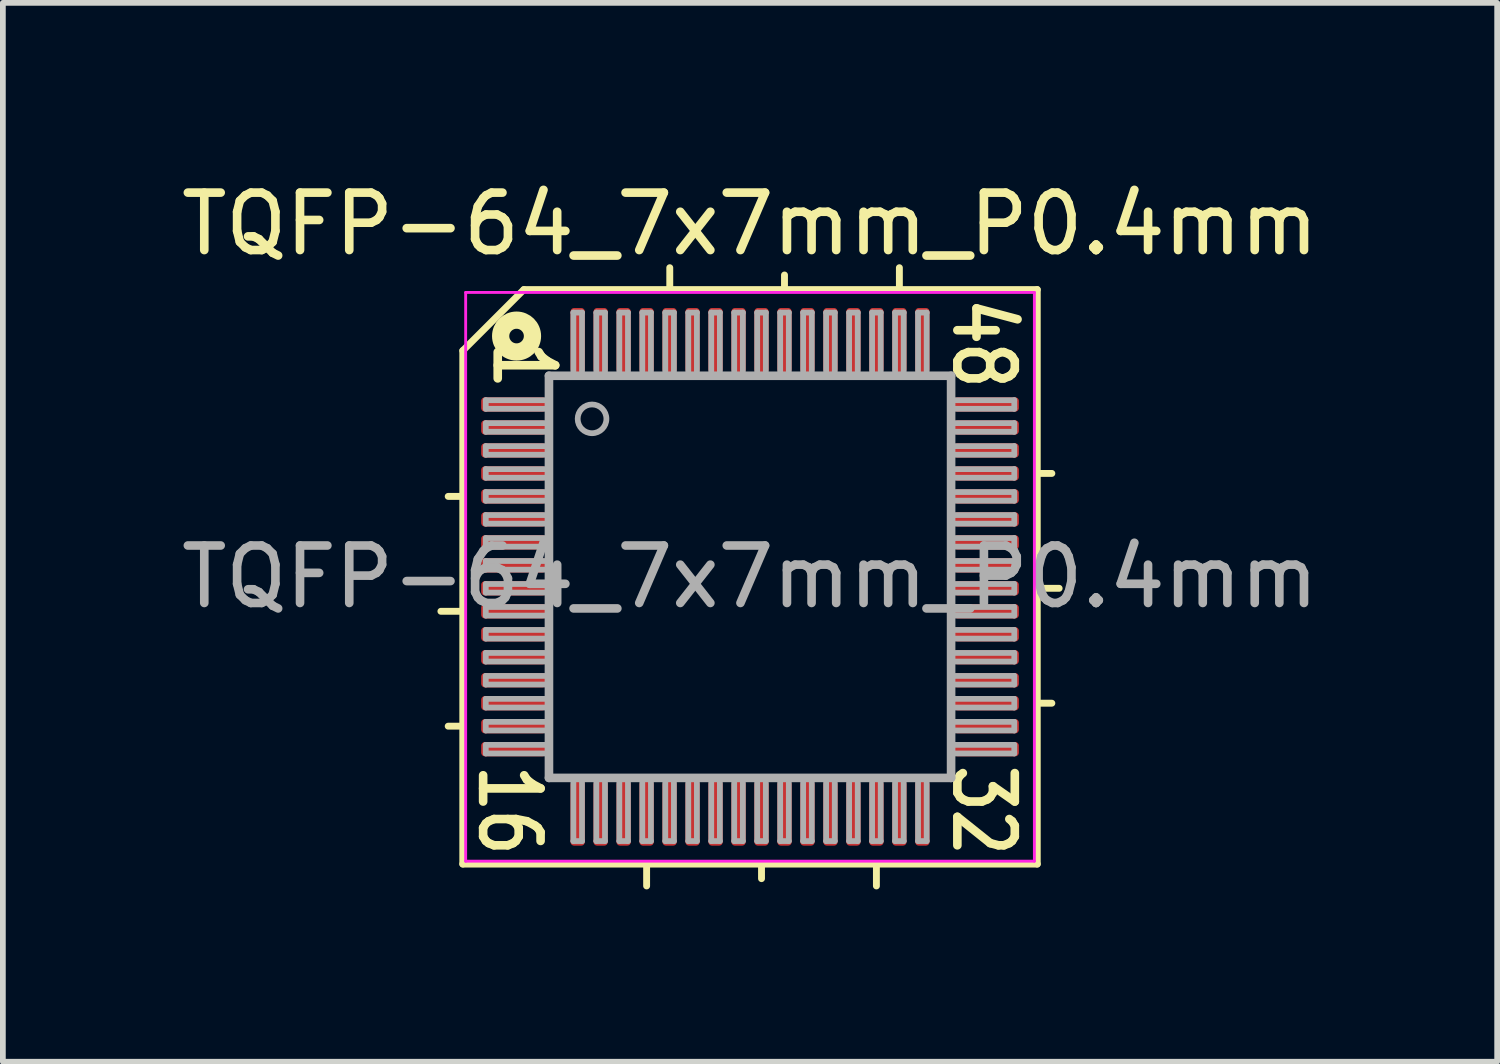
<source format=kicad_pcb>
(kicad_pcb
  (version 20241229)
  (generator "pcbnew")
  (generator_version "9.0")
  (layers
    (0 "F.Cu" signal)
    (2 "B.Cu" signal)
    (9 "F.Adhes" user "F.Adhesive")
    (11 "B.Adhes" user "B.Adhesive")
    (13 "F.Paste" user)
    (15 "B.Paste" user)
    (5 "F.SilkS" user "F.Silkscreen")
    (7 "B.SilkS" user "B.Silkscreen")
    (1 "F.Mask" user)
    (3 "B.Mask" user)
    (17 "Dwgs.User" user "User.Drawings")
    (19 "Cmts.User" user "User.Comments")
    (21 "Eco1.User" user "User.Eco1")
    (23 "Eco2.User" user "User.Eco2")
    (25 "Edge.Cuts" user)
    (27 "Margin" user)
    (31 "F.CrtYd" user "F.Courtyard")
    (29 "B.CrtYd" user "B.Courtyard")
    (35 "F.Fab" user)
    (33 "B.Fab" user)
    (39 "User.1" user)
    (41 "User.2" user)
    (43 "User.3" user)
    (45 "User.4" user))
  (footprint "TQFP-64_7x7mm_P0.4mm"
    (layer "F.Cu")
    (at 10.006 6.991)
    (property "Reference" "TQFP-64_7x7mm_P0.4mm" (at 0 -6.143 0) (layer "F.SilkS") (effects (font (size 1 1) (thickness 0.15))))
    (attr smd)
    (fp_line (start -5 -3.937) (end -5 5) (stroke (width 0.12) (type solid)) (layer "F.SilkS"))
    (fp_line (start -5 -1.4) (end -5.254 -1.4) (stroke (width 0.12) (type solid)) (layer "F.SilkS"))
    (fp_line (start -5 0.6) (end -5.381 0.6) (stroke (width 0.12) (type solid)) (layer "F.SilkS"))
    (fp_line (start -5 2.6) (end -5.254 2.6) (stroke (width 0.12) (type solid)) (layer "F.SilkS"))
    (fp_line (start -5 5) (end 5 5) (stroke (width 0.12) (type solid)) (layer "F.SilkS"))
    (fp_line (start -3.937 -5) (end -5 -3.937) (stroke (width 0.12) (type solid)) (layer "F.SilkS"))
    (fp_line (start -1.8 5.381) (end -1.8 5) (stroke (width 0.12) (type solid)) (layer "F.SilkS"))
    (fp_line (start -1.397 -5) (end -1.397 -5.381) (stroke (width 0.12) (type solid)) (layer "F.SilkS"))
    (fp_line (start 0.2 5) (end 0.2 5.254) (stroke (width 0.12) (type solid)) (layer "F.SilkS"))
    (fp_line (start 0.6 -5) (end 0.6 -5.254) (stroke (width 0.12) (type solid)) (layer "F.SilkS"))
    (fp_line (start 2.2 5) (end 2.2 5.381) (stroke (width 0.12) (type solid)) (layer "F.SilkS"))
    (fp_line (start 2.6 -5) (end 2.6 -5.381) (stroke (width 0.12) (type solid)) (layer "F.SilkS"))
    (fp_line (start 5 -5) (end -3.937 -5) (stroke (width 0.12) (type solid)) (layer "F.SilkS"))
    (fp_line (start 5 -1.8) (end 5.254 -1.8) (stroke (width 0.12) (type solid)) (layer "F.SilkS"))
    (fp_line (start 5 0.2) (end 5.381 0.2) (stroke (width 0.12) (type solid)) (layer "F.SilkS"))
    (fp_line (start 5 2.2) (end 5.254 2.2) (stroke (width 0.12) (type solid)) (layer "F.SilkS"))
    (fp_line (start 5 5) (end 5 -5) (stroke (width 0.12) (type solid)) (layer "F.SilkS"))
    (fp_circle (center -4.064 -4.191) (end -3.937 -4.191) (stroke (width 0.3) (type solid)) (fill no) (layer "F.SilkS"))
    (fp_line (start -4.95 -4.95) (end -4.95 4.95) (stroke (width 0.05) (type solid)) (layer "F.CrtYd"))
    (fp_line (start -4.95 -4.95) (end 4.95 -4.95) (stroke (width 0.05) (type solid)) (layer "F.CrtYd"))
    (fp_line (start -4.95 4.95) (end 4.95 4.95) (stroke (width 0.05) (type solid)) (layer "F.CrtYd"))
    (fp_line (start 4.95 -4.95) (end 4.95 4.95) (stroke (width 0.05) (type solid)) (layer "F.CrtYd"))
    (fp_line (start -4.6 -3.075) (end -4.6 -2.925) (stroke (width 0.1) (type solid)) (layer "F.Fab"))
    (fp_line (start -4.6 -3.075) (end -3.5 -3.075) (stroke (width 0.1) (type solid)) (layer "F.Fab"))
    (fp_line (start -4.6 -2.925) (end -3.5 -2.925) (stroke (width 0.1) (type solid)) (layer "F.Fab"))
    (fp_line (start -4.6 -2.675) (end -4.6 -2.525) (stroke (width 0.1) (type solid)) (layer "F.Fab"))
    (fp_line (start -4.6 -2.675) (end -3.5 -2.675) (stroke (width 0.1) (type solid)) (layer "F.Fab"))
    (fp_line (start -4.6 -2.525) (end -3.5 -2.525) (stroke (width 0.1) (type solid)) (layer "F.Fab"))
    (fp_line (start -4.6 -2.275) (end -4.6 -2.125) (stroke (width 0.1) (type solid)) (layer "F.Fab"))
    (fp_line (start -4.6 -2.275) (end -3.5 -2.275) (stroke (width 0.1) (type solid)) (layer "F.Fab"))
    (fp_line (start -4.6 -2.125) (end -3.5 -2.125) (stroke (width 0.1) (type solid)) (layer "F.Fab"))
    (fp_line (start -4.6 -1.875) (end -4.6 -1.725) (stroke (width 0.1) (type solid)) (layer "F.Fab"))
    (fp_line (start -4.6 -1.875) (end -3.5 -1.875) (stroke (width 0.1) (type solid)) (layer "F.Fab"))
    (fp_line (start -4.6 -1.725) (end -3.5 -1.725) (stroke (width 0.1) (type solid)) (layer "F.Fab"))
    (fp_line (start -4.6 -1.475) (end -4.6 -1.325) (stroke (width 0.1) (type solid)) (layer "F.Fab"))
    (fp_line (start -4.6 -1.475) (end -3.5 -1.475) (stroke (width 0.1) (type solid)) (layer "F.Fab"))
    (fp_line (start -4.6 -1.325) (end -3.5 -1.325) (stroke (width 0.1) (type solid)) (layer "F.Fab"))
    (fp_line (start -4.6 -1.075) (end -4.6 -0.925) (stroke (width 0.1) (type solid)) (layer "F.Fab"))
    (fp_line (start -4.6 -1.075) (end -3.5 -1.075) (stroke (width 0.1) (type solid)) (layer "F.Fab"))
    (fp_line (start -4.6 -0.925) (end -3.5 -0.925) (stroke (width 0.1) (type solid)) (layer "F.Fab"))
    (fp_line (start -4.6 -0.675) (end -4.6 -0.525) (stroke (width 0.1) (type solid)) (layer "F.Fab"))
    (fp_line (start -4.6 -0.675) (end -3.5 -0.675) (stroke (width 0.1) (type solid)) (layer "F.Fab"))
    (fp_line (start -4.6 -0.525) (end -3.5 -0.525) (stroke (width 0.1) (type solid)) (layer "F.Fab"))
    (fp_line (start -4.6 -0.275) (end -4.6 -0.125) (stroke (width 0.1) (type solid)) (layer "F.Fab"))
    (fp_line (start -4.6 -0.275) (end -3.5 -0.275) (stroke (width 0.1) (type solid)) (layer "F.Fab"))
    (fp_line (start -4.6 -0.125) (end -3.5 -0.125) (stroke (width 0.1) (type solid)) (layer "F.Fab"))
    (fp_line (start -4.6 0.125) (end -4.6 0.275) (stroke (width 0.1) (type solid)) (layer "F.Fab"))
    (fp_line (start -4.6 0.125) (end -3.5 0.125) (stroke (width 0.1) (type solid)) (layer "F.Fab"))
    (fp_line (start -4.6 0.275) (end -3.5 0.275) (stroke (width 0.1) (type solid)) (layer "F.Fab"))
    (fp_line (start -4.6 0.525) (end -4.6 0.675) (stroke (width 0.1) (type solid)) (layer "F.Fab"))
    (fp_line (start -4.6 0.525) (end -3.5 0.525) (stroke (width 0.1) (type solid)) (layer "F.Fab"))
    (fp_line (start -4.6 0.675) (end -3.5 0.675) (stroke (width 0.1) (type solid)) (layer "F.Fab"))
    (fp_line (start -4.6 0.925) (end -4.6 1.075) (stroke (width 0.1) (type solid)) (layer "F.Fab"))
    (fp_line (start -4.6 0.925) (end -3.5 0.925) (stroke (width 0.1) (type solid)) (layer "F.Fab"))
    (fp_line (start -4.6 1.075) (end -3.5 1.075) (stroke (width 0.1) (type solid)) (layer "F.Fab"))
    (fp_line (start -4.6 1.325) (end -4.6 1.475) (stroke (width 0.1) (type solid)) (layer "F.Fab"))
    (fp_line (start -4.6 1.325) (end -3.5 1.325) (stroke (width 0.1) (type solid)) (layer "F.Fab"))
    (fp_line (start -4.6 1.475) (end -3.5 1.475) (stroke (width 0.1) (type solid)) (layer "F.Fab"))
    (fp_line (start -4.6 1.725) (end -4.6 1.875) (stroke (width 0.1) (type solid)) (layer "F.Fab"))
    (fp_line (start -4.6 1.725) (end -3.5 1.725) (stroke (width 0.1) (type solid)) (layer "F.Fab"))
    (fp_line (start -4.6 1.875) (end -3.5 1.875) (stroke (width 0.1) (type solid)) (layer "F.Fab"))
    (fp_line (start -4.6 2.125) (end -4.6 2.275) (stroke (width 0.1) (type solid)) (layer "F.Fab"))
    (fp_line (start -4.6 2.125) (end -3.5 2.125) (stroke (width 0.1) (type solid)) (layer "F.Fab"))
    (fp_line (start -4.6 2.275) (end -3.5 2.275) (stroke (width 0.1) (type solid)) (layer "F.Fab"))
    (fp_line (start -4.6 2.525) (end -4.6 2.675) (stroke (width 0.1) (type solid)) (layer "F.Fab"))
    (fp_line (start -4.6 2.525) (end -3.5 2.525) (stroke (width 0.1) (type solid)) (layer "F.Fab"))
    (fp_line (start -4.6 2.675) (end -3.5 2.675) (stroke (width 0.1) (type solid)) (layer "F.Fab"))
    (fp_line (start -4.6 2.925) (end -4.6 3.075) (stroke (width 0.1) (type solid)) (layer "F.Fab"))
    (fp_line (start -4.6 2.925) (end -3.5 2.925) (stroke (width 0.1) (type solid)) (layer "F.Fab"))
    (fp_line (start -4.6 3.075) (end -3.5 3.075) (stroke (width 0.1) (type solid)) (layer "F.Fab"))
    (fp_line (start -3.5 -3.5) (end 3.5 -3.5) (stroke (width 0.15) (type solid)) (layer "F.Fab"))
    (fp_line (start -3.5 3.5) (end -3.5 -3.5) (stroke (width 0.15) (type solid)) (layer "F.Fab"))
    (fp_line (start -3.075 -4.6) (end -3.075 -3.5) (stroke (width 0.1) (type solid)) (layer "F.Fab"))
    (fp_line (start -3.075 4.6) (end -3.075 3.5) (stroke (width 0.1) (type solid)) (layer "F.Fab"))
    (fp_line (start -3.075 4.6) (end -2.925 4.6) (stroke (width 0.1) (type solid)) (layer "F.Fab"))
    (fp_line (start -2.925 -4.6) (end -3.075 -4.6) (stroke (width 0.1) (type solid)) (layer "F.Fab"))
    (fp_line (start -2.925 -4.6) (end -2.925 -3.5) (stroke (width 0.1) (type solid)) (layer "F.Fab"))
    (fp_line (start -2.925 4.6) (end -2.925 3.5) (stroke (width 0.1) (type solid)) (layer "F.Fab"))
    (fp_line (start -2.675 -4.6) (end -2.675 -3.5) (stroke (width 0.1) (type solid)) (layer "F.Fab"))
    (fp_line (start -2.675 4.6) (end -2.675 3.5) (stroke (width 0.1) (type solid)) (layer "F.Fab"))
    (fp_line (start -2.675 4.6) (end -2.525 4.6) (stroke (width 0.1) (type solid)) (layer "F.Fab"))
    (fp_line (start -2.525 -4.6) (end -2.675 -4.6) (stroke (width 0.1) (type solid)) (layer "F.Fab"))
    (fp_line (start -2.525 -4.6) (end -2.525 -3.5) (stroke (width 0.1) (type solid)) (layer "F.Fab"))
    (fp_line (start -2.525 4.6) (end -2.525 3.5) (stroke (width 0.1) (type solid)) (layer "F.Fab"))
    (fp_line (start -2.275 -4.6) (end -2.275 -3.5) (stroke (width 0.1) (type solid)) (layer "F.Fab"))
    (fp_line (start -2.275 4.6) (end -2.275 3.5) (stroke (width 0.1) (type solid)) (layer "F.Fab"))
    (fp_line (start -2.275 4.6) (end -2.125 4.6) (stroke (width 0.1) (type solid)) (layer "F.Fab"))
    (fp_line (start -2.125 -4.6) (end -2.275 -4.6) (stroke (width 0.1) (type solid)) (layer "F.Fab"))
    (fp_line (start -2.125 -4.6) (end -2.125 -3.5) (stroke (width 0.1) (type solid)) (layer "F.Fab"))
    (fp_line (start -2.125 4.6) (end -2.125 3.5) (stroke (width 0.1) (type solid)) (layer "F.Fab"))
    (fp_line (start -1.875 -4.6) (end -1.875 -3.5) (stroke (width 0.1) (type solid)) (layer "F.Fab"))
    (fp_line (start -1.875 4.6) (end -1.875 3.5) (stroke (width 0.1) (type solid)) (layer "F.Fab"))
    (fp_line (start -1.875 4.6) (end -1.725 4.6) (stroke (width 0.1) (type solid)) (layer "F.Fab"))
    (fp_line (start -1.725 -4.6) (end -1.875 -4.6) (stroke (width 0.1) (type solid)) (layer "F.Fab"))
    (fp_line (start -1.725 -4.6) (end -1.725 -3.5) (stroke (width 0.1) (type solid)) (layer "F.Fab"))
    (fp_line (start -1.725 4.6) (end -1.725 3.5) (stroke (width 0.1) (type solid)) (layer "F.Fab"))
    (fp_line (start -1.475 -4.6) (end -1.475 -3.5) (stroke (width 0.1) (type solid)) (layer "F.Fab"))
    (fp_line (start -1.475 4.6) (end -1.475 3.5) (stroke (width 0.1) (type solid)) (layer "F.Fab"))
    (fp_line (start -1.475 4.6) (end -1.325 4.6) (stroke (width 0.1) (type solid)) (layer "F.Fab"))
    (fp_line (start -1.325 -4.6) (end -1.475 -4.6) (stroke (width 0.1) (type solid)) (layer "F.Fab"))
    (fp_line (start -1.325 -4.6) (end -1.325 -3.5) (stroke (width 0.1) (type solid)) (layer "F.Fab"))
    (fp_line (start -1.325 4.6) (end -1.325 3.5) (stroke (width 0.1) (type solid)) (layer "F.Fab"))
    (fp_line (start -1.075 -4.6) (end -1.075 -3.5) (stroke (width 0.1) (type solid)) (layer "F.Fab"))
    (fp_line (start -1.075 4.6) (end -1.075 3.5) (stroke (width 0.1) (type solid)) (layer "F.Fab"))
    (fp_line (start -1.075 4.6) (end -0.925 4.6) (stroke (width 0.1) (type solid)) (layer "F.Fab"))
    (fp_line (start -0.925 -4.6) (end -1.075 -4.6) (stroke (width 0.1) (type solid)) (layer "F.Fab"))
    (fp_line (start -0.925 -4.6) (end -0.925 -3.5) (stroke (width 0.1) (type solid)) (layer "F.Fab"))
    (fp_line (start -0.925 4.6) (end -0.925 3.5) (stroke (width 0.1) (type solid)) (layer "F.Fab"))
    (fp_line (start -0.675 -4.6) (end -0.675 -3.5) (stroke (width 0.1) (type solid)) (layer "F.Fab"))
    (fp_line (start -0.675 4.6) (end -0.675 3.5) (stroke (width 0.1) (type solid)) (layer "F.Fab"))
    (fp_line (start -0.675 4.6) (end -0.525 4.6) (stroke (width 0.1) (type solid)) (layer "F.Fab"))
    (fp_line (start -0.525 -4.6) (end -0.675 -4.6) (stroke (width 0.1) (type solid)) (layer "F.Fab"))
    (fp_line (start -0.525 -4.6) (end -0.525 -3.5) (stroke (width 0.1) (type solid)) (layer "F.Fab"))
    (fp_line (start -0.525 4.6) (end -0.525 3.5) (stroke (width 0.1) (type solid)) (layer "F.Fab"))
    (fp_line (start -0.275 -4.6) (end -0.275 -3.5) (stroke (width 0.1) (type solid)) (layer "F.Fab"))
    (fp_line (start -0.275 4.6) (end -0.275 3.5) (stroke (width 0.1) (type solid)) (layer "F.Fab"))
    (fp_line (start -0.275 4.6) (end -0.125 4.6) (stroke (width 0.1) (type solid)) (layer "F.Fab"))
    (fp_line (start -0.125 -4.6) (end -0.275 -4.6) (stroke (width 0.1) (type solid)) (layer "F.Fab"))
    (fp_line (start -0.125 -4.6) (end -0.125 -3.5) (stroke (width 0.1) (type solid)) (layer "F.Fab"))
    (fp_line (start -0.125 4.6) (end -0.125 3.5) (stroke (width 0.1) (type solid)) (layer "F.Fab"))
    (fp_line (start 0.125 -4.6) (end 0.125 -3.5) (stroke (width 0.1) (type solid)) (layer "F.Fab"))
    (fp_line (start 0.125 4.6) (end 0.125 3.5) (stroke (width 0.1) (type solid)) (layer "F.Fab"))
    (fp_line (start 0.125 4.6) (end 0.275 4.6) (stroke (width 0.1) (type solid)) (layer "F.Fab"))
    (fp_line (start 0.275 -4.6) (end 0.125 -4.6) (stroke (width 0.1) (type solid)) (layer "F.Fab"))
    (fp_line (start 0.275 -4.6) (end 0.275 -3.5) (stroke (width 0.1) (type solid)) (layer "F.Fab"))
    (fp_line (start 0.275 4.6) (end 0.275 3.5) (stroke (width 0.1) (type solid)) (layer "F.Fab"))
    (fp_line (start 0.525 -4.6) (end 0.525 -3.5) (stroke (width 0.1) (type solid)) (layer "F.Fab"))
    (fp_line (start 0.525 4.6) (end 0.525 3.5) (stroke (width 0.1) (type solid)) (layer "F.Fab"))
    (fp_line (start 0.525 4.6) (end 0.675 4.6) (stroke (width 0.1) (type solid)) (layer "F.Fab"))
    (fp_line (start 0.675 -4.6) (end 0.525 -4.6) (stroke (width 0.1) (type solid)) (layer "F.Fab"))
    (fp_line (start 0.675 -4.6) (end 0.675 -3.5) (stroke (width 0.1) (type solid)) (layer "F.Fab"))
    (fp_line (start 0.675 4.6) (end 0.675 3.5) (stroke (width 0.1) (type solid)) (layer "F.Fab"))
    (fp_line (start 0.925 -4.6) (end 0.925 -3.5) (stroke (width 0.1) (type solid)) (layer "F.Fab"))
    (fp_line (start 0.925 4.6) (end 0.925 3.5) (stroke (width 0.1) (type solid)) (layer "F.Fab"))
    (fp_line (start 0.925 4.6) (end 1.075 4.6) (stroke (width 0.1) (type solid)) (layer "F.Fab"))
    (fp_line (start 1.075 -4.6) (end 0.925 -4.6) (stroke (width 0.1) (type solid)) (layer "F.Fab"))
    (fp_line (start 1.075 -4.6) (end 1.075 -3.5) (stroke (width 0.1) (type solid)) (layer "F.Fab"))
    (fp_line (start 1.075 4.6) (end 1.075 3.5) (stroke (width 0.1) (type solid)) (layer "F.Fab"))
    (fp_line (start 1.325 -4.6) (end 1.325 -3.5) (stroke (width 0.1) (type solid)) (layer "F.Fab"))
    (fp_line (start 1.325 4.6) (end 1.325 3.5) (stroke (width 0.1) (type solid)) (layer "F.Fab"))
    (fp_line (start 1.325 4.6) (end 1.475 4.6) (stroke (width 0.1) (type solid)) (layer "F.Fab"))
    (fp_line (start 1.475 -4.6) (end 1.325 -4.6) (stroke (width 0.1) (type solid)) (layer "F.Fab"))
    (fp_line (start 1.475 -4.6) (end 1.475 -3.5) (stroke (width 0.1) (type solid)) (layer "F.Fab"))
    (fp_line (start 1.475 4.6) (end 1.475 3.5) (stroke (width 0.1) (type solid)) (layer "F.Fab"))
    (fp_line (start 1.725 -4.6) (end 1.725 -3.5) (stroke (width 0.1) (type solid)) (layer "F.Fab"))
    (fp_line (start 1.725 4.6) (end 1.725 3.5) (stroke (width 0.1) (type solid)) (layer "F.Fab"))
    (fp_line (start 1.725 4.6) (end 1.875 4.6) (stroke (width 0.1) (type solid)) (layer "F.Fab"))
    (fp_line (start 1.875 -4.6) (end 1.725 -4.6) (stroke (width 0.1) (type solid)) (layer "F.Fab"))
    (fp_line (start 1.875 -4.6) (end 1.875 -3.5) (stroke (width 0.1) (type solid)) (layer "F.Fab"))
    (fp_line (start 1.875 4.6) (end 1.875 3.5) (stroke (width 0.1) (type solid)) (layer "F.Fab"))
    (fp_line (start 2.125 -4.6) (end 2.125 -3.5) (stroke (width 0.1) (type solid)) (layer "F.Fab"))
    (fp_line (start 2.125 4.6) (end 2.125 3.5) (stroke (width 0.1) (type solid)) (layer "F.Fab"))
    (fp_line (start 2.125 4.6) (end 2.275 4.6) (stroke (width 0.1) (type solid)) (layer "F.Fab"))
    (fp_line (start 2.275 -4.6) (end 2.125 -4.6) (stroke (width 0.1) (type solid)) (layer "F.Fab"))
    (fp_line (start 2.275 -4.6) (end 2.275 -3.5) (stroke (width 0.1) (type solid)) (layer "F.Fab"))
    (fp_line (start 2.275 4.6) (end 2.275 3.5) (stroke (width 0.1) (type solid)) (layer "F.Fab"))
    (fp_line (start 2.525 -4.6) (end 2.525 -3.5) (stroke (width 0.1) (type solid)) (layer "F.Fab"))
    (fp_line (start 2.525 4.6) (end 2.525 3.5) (stroke (width 0.1) (type solid)) (layer "F.Fab"))
    (fp_line (start 2.525 4.6) (end 2.675 4.6) (stroke (width 0.1) (type solid)) (layer "F.Fab"))
    (fp_line (start 2.675 -4.6) (end 2.525 -4.6) (stroke (width 0.1) (type solid)) (layer "F.Fab"))
    (fp_line (start 2.675 -4.6) (end 2.675 -3.5) (stroke (width 0.1) (type solid)) (layer "F.Fab"))
    (fp_line (start 2.675 4.6) (end 2.675 3.5) (stroke (width 0.1) (type solid)) (layer "F.Fab"))
    (fp_line (start 2.925 -4.6) (end 2.925 -3.5) (stroke (width 0.1) (type solid)) (layer "F.Fab"))
    (fp_line (start 2.925 4.6) (end 2.925 3.5) (stroke (width 0.1) (type solid)) (layer "F.Fab"))
    (fp_line (start 2.925 4.6) (end 3.075 4.6) (stroke (width 0.1) (type solid)) (layer "F.Fab"))
    (fp_line (start 3.075 -4.6) (end 2.925 -4.6) (stroke (width 0.1) (type solid)) (layer "F.Fab"))
    (fp_line (start 3.075 -4.6) (end 3.075 -3.5) (stroke (width 0.1) (type solid)) (layer "F.Fab"))
    (fp_line (start 3.075 4.6) (end 3.075 3.5) (stroke (width 0.1) (type solid)) (layer "F.Fab"))
    (fp_line (start 3.5 -3.5) (end 3.5 3.5) (stroke (width 0.15) (type solid)) (layer "F.Fab"))
    (fp_line (start 3.5 3.5) (end -3.5 3.5) (stroke (width 0.15) (type solid)) (layer "F.Fab"))
    (fp_line (start 4.6 -3.075) (end 3.5 -3.075) (stroke (width 0.1) (type solid)) (layer "F.Fab"))
    (fp_line (start 4.6 -2.925) (end 3.5 -2.925) (stroke (width 0.1) (type solid)) (layer "F.Fab"))
    (fp_line (start 4.6 -2.925) (end 4.6 -3.075) (stroke (width 0.1) (type solid)) (layer "F.Fab"))
    (fp_line (start 4.6 -2.675) (end 3.5 -2.675) (stroke (width 0.1) (type solid)) (layer "F.Fab"))
    (fp_line (start 4.6 -2.525) (end 3.5 -2.525) (stroke (width 0.1) (type solid)) (layer "F.Fab"))
    (fp_line (start 4.6 -2.525) (end 4.6 -2.675) (stroke (width 0.1) (type solid)) (layer "F.Fab"))
    (fp_line (start 4.6 -2.275) (end 3.5 -2.275) (stroke (width 0.1) (type solid)) (layer "F.Fab"))
    (fp_line (start 4.6 -2.125) (end 3.5 -2.125) (stroke (width 0.1) (type solid)) (layer "F.Fab"))
    (fp_line (start 4.6 -2.125) (end 4.6 -2.275) (stroke (width 0.1) (type solid)) (layer "F.Fab"))
    (fp_line (start 4.6 -1.875) (end 3.5 -1.875) (stroke (width 0.1) (type solid)) (layer "F.Fab"))
    (fp_line (start 4.6 -1.725) (end 3.5 -1.725) (stroke (width 0.1) (type solid)) (layer "F.Fab"))
    (fp_line (start 4.6 -1.725) (end 4.6 -1.875) (stroke (width 0.1) (type solid)) (layer "F.Fab"))
    (fp_line (start 4.6 -1.475) (end 3.5 -1.475) (stroke (width 0.1) (type solid)) (layer "F.Fab"))
    (fp_line (start 4.6 -1.325) (end 3.5 -1.325) (stroke (width 0.1) (type solid)) (layer "F.Fab"))
    (fp_line (start 4.6 -1.325) (end 4.6 -1.475) (stroke (width 0.1) (type solid)) (layer "F.Fab"))
    (fp_line (start 4.6 -1.075) (end 3.5 -1.075) (stroke (width 0.1) (type solid)) (layer "F.Fab"))
    (fp_line (start 4.6 -0.925) (end 3.5 -0.925) (stroke (width 0.1) (type solid)) (layer "F.Fab"))
    (fp_line (start 4.6 -0.925) (end 4.6 -1.075) (stroke (width 0.1) (type solid)) (layer "F.Fab"))
    (fp_line (start 4.6 -0.675) (end 3.5 -0.675) (stroke (width 0.1) (type solid)) (layer "F.Fab"))
    (fp_line (start 4.6 -0.525) (end 3.5 -0.525) (stroke (width 0.1) (type solid)) (layer "F.Fab"))
    (fp_line (start 4.6 -0.525) (end 4.6 -0.675) (stroke (width 0.1) (type solid)) (layer "F.Fab"))
    (fp_line (start 4.6 -0.275) (end 3.5 -0.275) (stroke (width 0.1) (type solid)) (layer "F.Fab"))
    (fp_line (start 4.6 -0.125) (end 3.5 -0.125) (stroke (width 0.1) (type solid)) (layer "F.Fab"))
    (fp_line (start 4.6 -0.125) (end 4.6 -0.275) (stroke (width 0.1) (type solid)) (layer "F.Fab"))
    (fp_line (start 4.6 0.125) (end 3.5 0.125) (stroke (width 0.1) (type solid)) (layer "F.Fab"))
    (fp_line (start 4.6 0.275) (end 3.5 0.275) (stroke (width 0.1) (type solid)) (layer "F.Fab"))
    (fp_line (start 4.6 0.275) (end 4.6 0.125) (stroke (width 0.1) (type solid)) (layer "F.Fab"))
    (fp_line (start 4.6 0.525) (end 3.5 0.525) (stroke (width 0.1) (type solid)) (layer "F.Fab"))
    (fp_line (start 4.6 0.675) (end 3.5 0.675) (stroke (width 0.1) (type solid)) (layer "F.Fab"))
    (fp_line (start 4.6 0.675) (end 4.6 0.525) (stroke (width 0.1) (type solid)) (layer "F.Fab"))
    (fp_line (start 4.6 0.925) (end 3.5 0.925) (stroke (width 0.1) (type solid)) (layer "F.Fab"))
    (fp_line (start 4.6 1.075) (end 3.5 1.075) (stroke (width 0.1) (type solid)) (layer "F.Fab"))
    (fp_line (start 4.6 1.075) (end 4.6 0.925) (stroke (width 0.1) (type solid)) (layer "F.Fab"))
    (fp_line (start 4.6 1.325) (end 3.5 1.325) (stroke (width 0.1) (type solid)) (layer "F.Fab"))
    (fp_line (start 4.6 1.475) (end 3.5 1.475) (stroke (width 0.1) (type solid)) (layer "F.Fab"))
    (fp_line (start 4.6 1.475) (end 4.6 1.325) (stroke (width 0.1) (type solid)) (layer "F.Fab"))
    (fp_line (start 4.6 1.725) (end 3.5 1.725) (stroke (width 0.1) (type solid)) (layer "F.Fab"))
    (fp_line (start 4.6 1.875) (end 3.5 1.875) (stroke (width 0.1) (type solid)) (layer "F.Fab"))
    (fp_line (start 4.6 1.875) (end 4.6 1.725) (stroke (width 0.1) (type solid)) (layer "F.Fab"))
    (fp_line (start 4.6 2.125) (end 3.5 2.125) (stroke (width 0.1) (type solid)) (layer "F.Fab"))
    (fp_line (start 4.6 2.275) (end 3.5 2.275) (stroke (width 0.1) (type solid)) (layer "F.Fab"))
    (fp_line (start 4.6 2.275) (end 4.6 2.125) (stroke (width 0.1) (type solid)) (layer "F.Fab"))
    (fp_line (start 4.6 2.525) (end 3.5 2.525) (stroke (width 0.1) (type solid)) (layer "F.Fab"))
    (fp_line (start 4.6 2.675) (end 3.5 2.675) (stroke (width 0.1) (type solid)) (layer "F.Fab"))
    (fp_line (start 4.6 2.675) (end 4.6 2.525) (stroke (width 0.1) (type solid)) (layer "F.Fab"))
    (fp_line (start 4.6 2.925) (end 3.5 2.925) (stroke (width 0.1) (type solid)) (layer "F.Fab"))
    (fp_line (start 4.6 3.075) (end 3.5 3.075) (stroke (width 0.1) (type solid)) (layer "F.Fab"))
    (fp_line (start 4.6 3.075) (end 4.6 2.925) (stroke (width 0.1) (type solid)) (layer "F.Fab"))
    (fp_circle (center -2.75 -2.75) (end -2.5 -2.75) (stroke (width 0.1) (type solid)) (fill no) (layer "F.Fab"))
    (fp_text user "16" (at -4.191 4.064 270) (unlocked yes) (layer "F.SilkS") (effects (font (size 1 0.8) (thickness 0.15))))
    (fp_text user "32" (at 4.064 4.064 270) (unlocked yes) (layer "F.SilkS") (effects (font (size 1 0.8) (thickness 0.15))))
    (fp_text user "1" (at -3.937 -3.683 270) (unlocked yes) (layer "F.SilkS") (effects (font (size 1 0.8) (thickness 0.15))))
    (fp_text user "48" (at 4.064 -4.064 270) (unlocked yes) (layer "F.SilkS") (effects (font (size 1 0.8) (thickness 0.15))))
    (fp_text user "${REFERENCE}" (at 0 0 0) (layer "F.Fab") (effects (font (size 1 1) (thickness 0.15))))
    (pad "1" smd roundrect (at -4.115 -3) (size 1.13 0.25) (layers "F.Cu" "F.Mask" "F.Paste") (roundrect_rratio 0.25))
    (pad "2" smd roundrect (at -4.115 -2.6) (size 1.13 0.25) (layers "F.Cu" "F.Mask" "F.Paste") (roundrect_rratio 0.25))
    (pad "3" smd roundrect (at -4.115 -2.2) (size 1.13 0.25) (layers "F.Cu" "F.Mask" "F.Paste") (roundrect_rratio 0.25))
    (pad "4" smd roundrect (at -4.115 -1.8) (size 1.13 0.25) (layers "F.Cu" "F.Mask" "F.Paste") (roundrect_rratio 0.25))
    (pad "5" smd roundrect (at -4.115 -1.4) (size 1.13 0.25) (layers "F.Cu" "F.Mask" "F.Paste") (roundrect_rratio 0.25))
    (pad "6" smd roundrect (at -4.115 -1) (size 1.13 0.25) (layers "F.Cu" "F.Mask" "F.Paste") (roundrect_rratio 0.25))
    (pad "7" smd roundrect (at -4.115 -0.6) (size 1.13 0.25) (layers "F.Cu" "F.Mask" "F.Paste") (roundrect_rratio 0.25))
    (pad "8" smd roundrect (at -4.115 -0.2) (size 1.13 0.25) (layers "F.Cu" "F.Mask" "F.Paste") (roundrect_rratio 0.25))
    (pad "9" smd roundrect (at -4.115 0.2) (size 1.13 0.25) (layers "F.Cu" "F.Mask" "F.Paste") (roundrect_rratio 0.25))
    (pad "10" smd roundrect (at -4.115 0.6) (size 1.13 0.25) (layers "F.Cu" "F.Mask" "F.Paste") (roundrect_rratio 0.25))
    (pad "11" smd roundrect (at -4.115 1) (size 1.13 0.25) (layers "F.Cu" "F.Mask" "F.Paste") (roundrect_rratio 0.25))
    (pad "12" smd roundrect (at -4.115 1.4) (size 1.13 0.25) (layers "F.Cu" "F.Mask" "F.Paste") (roundrect_rratio 0.25))
    (pad "13" smd roundrect (at -4.115 1.8) (size 1.13 0.25) (layers "F.Cu" "F.Mask" "F.Paste") (roundrect_rratio 0.25))
    (pad "14" smd roundrect (at -4.115 2.2) (size 1.13 0.25) (layers "F.Cu" "F.Mask" "F.Paste") (roundrect_rratio 0.25))
    (pad "15" smd roundrect (at -4.115 2.6) (size 1.13 0.25) (layers "F.Cu" "F.Mask" "F.Paste") (roundrect_rratio 0.25))
    (pad "16" smd roundrect (at -4.115 3) (size 1.13 0.25) (layers "F.Cu" "F.Mask" "F.Paste") (roundrect_rratio 0.25))
    (pad "17" smd roundrect (at -3 4.115 90) (size 1.13 0.25) (layers "F.Cu" "F.Mask" "F.Paste") (roundrect_rratio 0.25))
    (pad "18" smd roundrect (at -2.6 4.115 90) (size 1.13 0.25) (layers "F.Cu" "F.Mask" "F.Paste") (roundrect_rratio 0.25))
    (pad "19" smd roundrect (at -2.2 4.115 90) (size 1.13 0.25) (layers "F.Cu" "F.Mask" "F.Paste") (roundrect_rratio 0.25))
    (pad "20" smd roundrect (at -1.8 4.115 90) (size 1.13 0.25) (layers "F.Cu" "F.Mask" "F.Paste") (roundrect_rratio 0.25))
    (pad "21" smd roundrect (at -1.4 4.115 90) (size 1.13 0.25) (layers "F.Cu" "F.Mask" "F.Paste") (roundrect_rratio 0.25))
    (pad "22" smd roundrect (at -1 4.115 90) (size 1.13 0.25) (layers "F.Cu" "F.Mask" "F.Paste") (roundrect_rratio 0.25))
    (pad "23" smd roundrect (at -0.6 4.115 90) (size 1.13 0.25) (layers "F.Cu" "F.Mask" "F.Paste") (roundrect_rratio 0.25))
    (pad "24" smd roundrect (at -0.2 4.115 90) (size 1.13 0.25) (layers "F.Cu" "F.Mask" "F.Paste") (roundrect_rratio 0.25))
    (pad "25" smd roundrect (at 0.2 4.115 90) (size 1.13 0.25) (layers "F.Cu" "F.Mask" "F.Paste") (roundrect_rratio 0.25))
    (pad "26" smd roundrect (at 0.6 4.115 90) (size 1.13 0.25) (layers "F.Cu" "F.Mask" "F.Paste") (roundrect_rratio 0.25))
    (pad "27" smd roundrect (at 1 4.115 90) (size 1.13 0.25) (layers "F.Cu" "F.Mask" "F.Paste") (roundrect_rratio 0.25))
    (pad "28" smd roundrect (at 1.4 4.115 90) (size 1.13 0.25) (layers "F.Cu" "F.Mask" "F.Paste") (roundrect_rratio 0.25))
    (pad "29" smd roundrect (at 1.8 4.115 90) (size 1.13 0.25) (layers "F.Cu" "F.Mask" "F.Paste") (roundrect_rratio 0.25))
    (pad "30" smd roundrect (at 2.2 4.115 90) (size 1.13 0.25) (layers "F.Cu" "F.Mask" "F.Paste") (roundrect_rratio 0.25))
    (pad "31" smd roundrect (at 2.6 4.115 90) (size 1.13 0.25) (layers "F.Cu" "F.Mask" "F.Paste") (roundrect_rratio 0.25))
    (pad "32" smd roundrect (at 3 4.115 90) (size 1.13 0.25) (layers "F.Cu" "F.Mask" "F.Paste") (roundrect_rratio 0.25))
    (pad "33" smd roundrect (at 4.115 3) (size 1.13 0.25) (layers "F.Cu" "F.Mask" "F.Paste") (roundrect_rratio 0.25))
    (pad "34" smd roundrect (at 4.115 2.6) (size 1.13 0.25) (layers "F.Cu" "F.Mask" "F.Paste") (roundrect_rratio 0.25))
    (pad "35" smd roundrect (at 4.115 2.2) (size 1.13 0.25) (layers "F.Cu" "F.Mask" "F.Paste") (roundrect_rratio 0.25))
    (pad "36" smd roundrect (at 4.115 1.8) (size 1.13 0.25) (layers "F.Cu" "F.Mask" "F.Paste") (roundrect_rratio 0.25))
    (pad "37" smd roundrect (at 4.115 1.4) (size 1.13 0.25) (layers "F.Cu" "F.Mask" "F.Paste") (roundrect_rratio 0.25))
    (pad "38" smd roundrect (at 4.115 1) (size 1.13 0.25) (layers "F.Cu" "F.Mask" "F.Paste") (roundrect_rratio 0.25))
    (pad "39" smd roundrect (at 4.115 0.6) (size 1.13 0.25) (layers "F.Cu" "F.Mask" "F.Paste") (roundrect_rratio 0.25))
    (pad "40" smd roundrect (at 4.115 0.2) (size 1.13 0.25) (layers "F.Cu" "F.Mask" "F.Paste") (roundrect_rratio 0.25))
    (pad "41" smd roundrect (at 4.115 -0.2) (size 1.13 0.25) (layers "F.Cu" "F.Mask" "F.Paste") (roundrect_rratio 0.25))
    (pad "42" smd roundrect (at 4.115 -0.6) (size 1.13 0.25) (layers "F.Cu" "F.Mask" "F.Paste") (roundrect_rratio 0.25))
    (pad "43" smd roundrect (at 4.115 -1) (size 1.13 0.25) (layers "F.Cu" "F.Mask" "F.Paste") (roundrect_rratio 0.25))
    (pad "44" smd roundrect (at 4.115 -1.4) (size 1.13 0.25) (layers "F.Cu" "F.Mask" "F.Paste") (roundrect_rratio 0.25))
    (pad "45" smd roundrect (at 4.115 -1.8) (size 1.13 0.25) (layers "F.Cu" "F.Mask" "F.Paste") (roundrect_rratio 0.25))
    (pad "46" smd roundrect (at 4.115 -2.2) (size 1.13 0.25) (layers "F.Cu" "F.Mask" "F.Paste") (roundrect_rratio 0.25))
    (pad "47" smd roundrect (at 4.115 -2.6) (size 1.13 0.25) (layers "F.Cu" "F.Mask" "F.Paste") (roundrect_rratio 0.25))
    (pad "48" smd roundrect (at 4.115 -3) (size 1.13 0.25) (layers "F.Cu" "F.Mask" "F.Paste") (roundrect_rratio 0.25))
    (pad "49" smd roundrect (at 3 -4.115 90) (size 1.13 0.25) (layers "F.Cu" "F.Mask" "F.Paste") (roundrect_rratio 0.25))
    (pad "50" smd roundrect (at 2.6 -4.115 90) (size 1.13 0.25) (layers "F.Cu" "F.Mask" "F.Paste") (roundrect_rratio 0.25))
    (pad "51" smd roundrect (at 2.2 -4.115 90) (size 1.13 0.25) (layers "F.Cu" "F.Mask" "F.Paste") (roundrect_rratio 0.25))
    (pad "52" smd roundrect (at 1.8 -4.115 90) (size 1.13 0.25) (layers "F.Cu" "F.Mask" "F.Paste") (roundrect_rratio 0.25))
    (pad "53" smd roundrect (at 1.4 -4.115 90) (size 1.13 0.25) (layers "F.Cu" "F.Mask" "F.Paste") (roundrect_rratio 0.25))
    (pad "54" smd roundrect (at 1 -4.115 90) (size 1.13 0.25) (layers "F.Cu" "F.Mask" "F.Paste") (roundrect_rratio 0.25))
    (pad "55" smd roundrect (at 0.6 -4.115 90) (size 1.13 0.25) (layers "F.Cu" "F.Mask" "F.Paste") (roundrect_rratio 0.25))
    (pad "56" smd roundrect (at 0.2 -4.115 90) (size 1.13 0.25) (layers "F.Cu" "F.Mask" "F.Paste") (roundrect_rratio 0.25))
    (pad "57" smd roundrect (at -0.2 -4.115 90) (size 1.13 0.25) (layers "F.Cu" "F.Mask" "F.Paste") (roundrect_rratio 0.25))
    (pad "58" smd roundrect (at -0.6 -4.115 90) (size 1.13 0.25) (layers "F.Cu" "F.Mask" "F.Paste") (roundrect_rratio 0.25))
    (pad "59" smd roundrect (at -1 -4.115 90) (size 1.13 0.25) (layers "F.Cu" "F.Mask" "F.Paste") (roundrect_rratio 0.25))
    (pad "60" smd roundrect (at -1.4 -4.115 90) (size 1.13 0.25) (layers "F.Cu" "F.Mask" "F.Paste") (roundrect_rratio 0.25))
    (pad "61" smd roundrect (at -1.8 -4.115 90) (size 1.13 0.25) (layers "F.Cu" "F.Mask" "F.Paste") (roundrect_rratio 0.25))
    (pad "62" smd roundrect (at -2.2 -4.115 90) (size 1.13 0.25) (layers "F.Cu" "F.Mask" "F.Paste") (roundrect_rratio 0.25))
    (pad "63" smd roundrect (at -2.6 -4.115 90) (size 1.13 0.25) (layers "F.Cu" "F.Mask" "F.Paste") (roundrect_rratio 0.25))
    (pad "64" smd roundrect (at -3 -4.115 90) (size 1.13 0.25) (layers "F.Cu" "F.Mask" "F.Paste") (roundrect_rratio 0.25)))
  (gr_rect
    (start -3 -3)
    (end 23.012 15.432)
    (stroke (width 0.1) (type default))
    (fill no)
    (layer "Edge.Cuts")))
</source>
